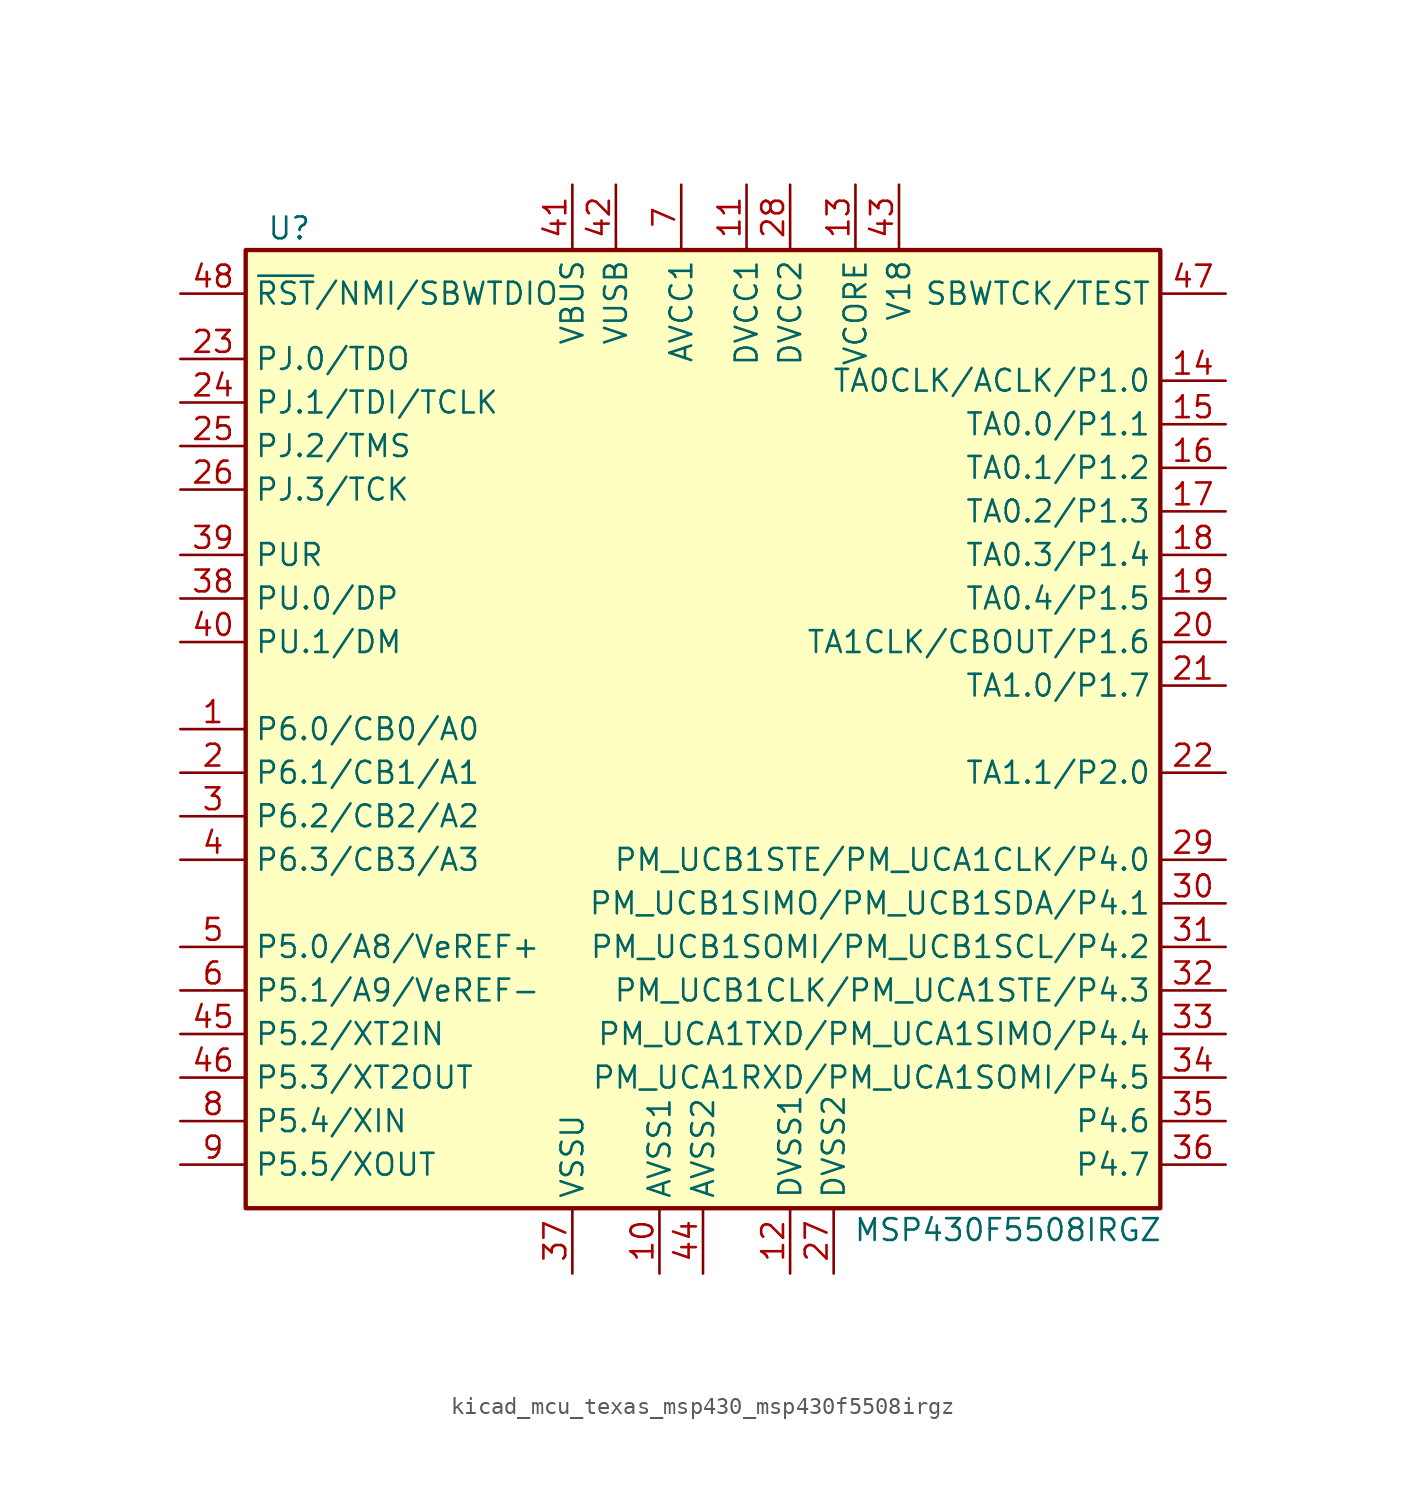
<source format=kicad_sym>
(kicad_symbol_lib
  (version 20220914)
  (generator kicad_symbol_editor)
  (symbol "kicad_mcu_texas_msp430_msp430f5508irgz"
    (property "Reference" "U"
      (at -22.86 29.21 0)
      (effects (font (size 1.27 1.27))))
    (property "Value" "MSP430F5508IRGZ"
      (at 19.05 -29.21 0)
      (effects (font (size 1.27 1.27))))
    (symbol "kicad_mcu_texas_msp430_msp430f5508irgz_0_1"
      (rectangle (start -25.4 27.94) (end 27.94 -27.94) (stroke (width 0.254) (type default)) (fill (type background))))
    (symbol "kicad_mcu_texas_msp430_msp430f5508irgz_1_1"
      (pin bidirectional line (at -29.21 0 0) (length 3.81) (name "P6.0/CB0/A0" (effects (font (size 1.27 1.27)))) (number "1" (effects (font (size 1.27 1.27)))))
      (pin power_in line (at -1.27 -31.75 90) (length 3.81) (name "AVSS1" (effects (font (size 1.27 1.27)))) (number "10" (effects (font (size 1.27 1.27)))))
      (pin power_in line (at 3.81 31.75 270) (length 3.81) (name "DVCC1" (effects (font (size 1.27 1.27)))) (number "11" (effects (font (size 1.27 1.27)))))
      (pin power_in line (at 6.35 -31.75 90) (length 3.81) (name "DVSS1" (effects (font (size 1.27 1.27)))) (number "12" (effects (font (size 1.27 1.27)))))
      (pin passive line (at 10.16 31.75 270) (length 3.81) (name "VCORE" (effects (font (size 1.27 1.27)))) (number "13" (effects (font (size 1.27 1.27)))))
      (pin bidirectional line (at 31.75 20.32 180) (length 3.81) (name "TA0CLK/ACLK/P1.0" (effects (font (size 1.27 1.27)))) (number "14" (effects (font (size 1.27 1.27)))))
      (pin bidirectional line (at 31.75 17.78 180) (length 3.81) (name "TA0.0/P1.1" (effects (font (size 1.27 1.27)))) (number "15" (effects (font (size 1.27 1.27)))))
      (pin bidirectional line (at 31.75 15.24 180) (length 3.81) (name "TA0.1/P1.2" (effects (font (size 1.27 1.27)))) (number "16" (effects (font (size 1.27 1.27)))))
      (pin bidirectional line (at 31.75 12.7 180) (length 3.81) (name "TA0.2/P1.3" (effects (font (size 1.27 1.27)))) (number "17" (effects (font (size 1.27 1.27)))))
      (pin bidirectional line (at 31.75 10.16 180) (length 3.81) (name "TA0.3/P1.4" (effects (font (size 1.27 1.27)))) (number "18" (effects (font (size 1.27 1.27)))))
      (pin bidirectional line (at 31.75 7.62 180) (length 3.81) (name "TA0.4/P1.5" (effects (font (size 1.27 1.27)))) (number "19" (effects (font (size 1.27 1.27)))))
      (pin bidirectional line (at -29.21 -2.54 0) (length 3.81) (name "P6.1/CB1/A1" (effects (font (size 1.27 1.27)))) (number "2" (effects (font (size 1.27 1.27)))))
      (pin bidirectional line (at 31.75 5.08 180) (length 3.81) (name "TA1CLK/CBOUT/P1.6" (effects (font (size 1.27 1.27)))) (number "20" (effects (font (size 1.27 1.27)))))
      (pin bidirectional line (at 31.75 2.54 180) (length 3.81) (name "TA1.0/P1.7" (effects (font (size 1.27 1.27)))) (number "21" (effects (font (size 1.27 1.27)))))
      (pin bidirectional line (at 31.75 -2.54 180) (length 3.81) (name "TA1.1/P2.0" (effects (font (size 1.27 1.27)))) (number "22" (effects (font (size 1.27 1.27)))))
      (pin bidirectional line (at -29.21 21.59 0) (length 3.81) (name "PJ.0/TDO" (effects (font (size 1.27 1.27)))) (number "23" (effects (font (size 1.27 1.27)))))
      (pin bidirectional line (at -29.21 19.05 0) (length 3.81) (name "PJ.1/TDI/TCLK" (effects (font (size 1.27 1.27)))) (number "24" (effects (font (size 1.27 1.27)))))
      (pin bidirectional line (at -29.21 16.51 0) (length 3.81) (name "PJ.2/TMS" (effects (font (size 1.27 1.27)))) (number "25" (effects (font (size 1.27 1.27)))))
      (pin bidirectional line (at -29.21 13.97 0) (length 3.81) (name "PJ.3/TCK" (effects (font (size 1.27 1.27)))) (number "26" (effects (font (size 1.27 1.27)))))
      (pin power_in line (at 8.89 -31.75 90) (length 3.81) (name "DVSS2" (effects (font (size 1.27 1.27)))) (number "27" (effects (font (size 1.27 1.27)))))
      (pin power_in line (at 6.35 31.75 270) (length 3.81) (name "DVCC2" (effects (font (size 1.27 1.27)))) (number "28" (effects (font (size 1.27 1.27)))))
      (pin bidirectional line (at 31.75 -7.62 180) (length 3.81) (name "PM_UCB1STE/PM_UCA1CLK/P4.0" (effects (font (size 1.27 1.27)))) (number "29" (effects (font (size 1.27 1.27)))))
      (pin bidirectional line (at -29.21 -5.08 0) (length 3.81) (name "P6.2/CB2/A2" (effects (font (size 1.27 1.27)))) (number "3" (effects (font (size 1.27 1.27)))))
      (pin bidirectional line (at 31.75 -10.16 180) (length 3.81) (name "PM_UCB1SIMO/PM_UCB1SDA/P4.1" (effects (font (size 1.27 1.27)))) (number "30" (effects (font (size 1.27 1.27)))))
      (pin bidirectional line (at 31.75 -12.7 180) (length 3.81) (name "PM_UCB1SOMI/PM_UCB1SCL/P4.2" (effects (font (size 1.27 1.27)))) (number "31" (effects (font (size 1.27 1.27)))))
      (pin bidirectional line (at 31.75 -15.24 180) (length 3.81) (name "PM_UCB1CLK/PM_UCA1STE/P4.3" (effects (font (size 1.27 1.27)))) (number "32" (effects (font (size 1.27 1.27)))))
      (pin bidirectional line (at 31.75 -17.78 180) (length 3.81) (name "PM_UCA1TXD/PM_UCA1SIMO/P4.4" (effects (font (size 1.27 1.27)))) (number "33" (effects (font (size 1.27 1.27)))))
      (pin bidirectional line (at 31.75 -20.32 180) (length 3.81) (name "PM_UCA1RXD/PM_UCA1SOMI/P4.5" (effects (font (size 1.27 1.27)))) (number "34" (effects (font (size 1.27 1.27)))))
      (pin bidirectional line (at 31.75 -22.86 180) (length 3.81) (name "P4.6" (effects (font (size 1.27 1.27)))) (number "35" (effects (font (size 1.27 1.27)))))
      (pin bidirectional line (at 31.75 -25.4 180) (length 3.81) (name "P4.7" (effects (font (size 1.27 1.27)))) (number "36" (effects (font (size 1.27 1.27)))))
      (pin power_in line (at -6.35 -31.75 90) (length 3.81) (name "VSSU" (effects (font (size 1.27 1.27)))) (number "37" (effects (font (size 1.27 1.27)))))
      (pin bidirectional line (at -29.21 7.62 0) (length 3.81) (name "PU.0/DP" (effects (font (size 1.27 1.27)))) (number "38" (effects (font (size 1.27 1.27)))))
      (pin bidirectional line (at -29.21 10.16 0) (length 3.81) (name "PUR" (effects (font (size 1.27 1.27)))) (number "39" (effects (font (size 1.27 1.27)))))
      (pin bidirectional line (at -29.21 -7.62 0) (length 3.81) (name "P6.3/CB3/A3" (effects (font (size 1.27 1.27)))) (number "4" (effects (font (size 1.27 1.27)))))
      (pin bidirectional line (at -29.21 5.08 0) (length 3.81) (name "PU.1/DM" (effects (font (size 1.27 1.27)))) (number "40" (effects (font (size 1.27 1.27)))))
      (pin power_in line (at -6.35 31.75 270) (length 3.81) (name "VBUS" (effects (font (size 1.27 1.27)))) (number "41" (effects (font (size 1.27 1.27)))))
      (pin power_out line (at -3.81 31.75 270) (length 3.81) (name "VUSB" (effects (font (size 1.27 1.27)))) (number "42" (effects (font (size 1.27 1.27)))))
      (pin passive line (at 12.7 31.75 270) (length 3.81) (name "V18" (effects (font (size 1.27 1.27)))) (number "43" (effects (font (size 1.27 1.27)))))
      (pin power_in line (at 1.27 -31.75 90) (length 3.81) (name "AVSS2" (effects (font (size 1.27 1.27)))) (number "44" (effects (font (size 1.27 1.27)))))
      (pin bidirectional line (at -29.21 -17.78 0) (length 3.81) (name "P5.2/XT2IN" (effects (font (size 1.27 1.27)))) (number "45" (effects (font (size 1.27 1.27)))))
      (pin bidirectional line (at -29.21 -20.32 0) (length 3.81) (name "P5.3/XT2OUT" (effects (font (size 1.27 1.27)))) (number "46" (effects (font (size 1.27 1.27)))))
      (pin input line (at 31.75 25.4 180) (length 3.81) (name "SBWTCK/TEST" (effects (font (size 1.27 1.27)))) (number "47" (effects (font (size 1.27 1.27)))))
      (pin input line (at -29.21 25.4 0) (length 3.81) (name "~{RST}/NMI/SBWTDIO" (effects (font (size 1.27 1.27)))) (number "48" (effects (font (size 1.27 1.27)))))
      (pin bidirectional line (at -29.21 -12.7 0) (length 3.81) (name "P5.0/A8/VeREF+" (effects (font (size 1.27 1.27)))) (number "5" (effects (font (size 1.27 1.27)))))
      (pin bidirectional line (at -29.21 -15.24 0) (length 3.81) (name "P5.1/A9/VeREF-" (effects (font (size 1.27 1.27)))) (number "6" (effects (font (size 1.27 1.27)))))
      (pin power_in line (at 0 31.75 270) (length 3.81) (name "AVCC1" (effects (font (size 1.27 1.27)))) (number "7" (effects (font (size 1.27 1.27)))))
      (pin bidirectional line (at -29.21 -22.86 0) (length 3.81) (name "P5.4/XIN" (effects (font (size 1.27 1.27)))) (number "8" (effects (font (size 1.27 1.27)))))
      (pin bidirectional line (at -29.21 -25.4 0) (length 3.81) (name "P5.5/XOUT" (effects (font (size 1.27 1.27)))) (number "9" (effects (font (size 1.27 1.27))))))))
</source>
